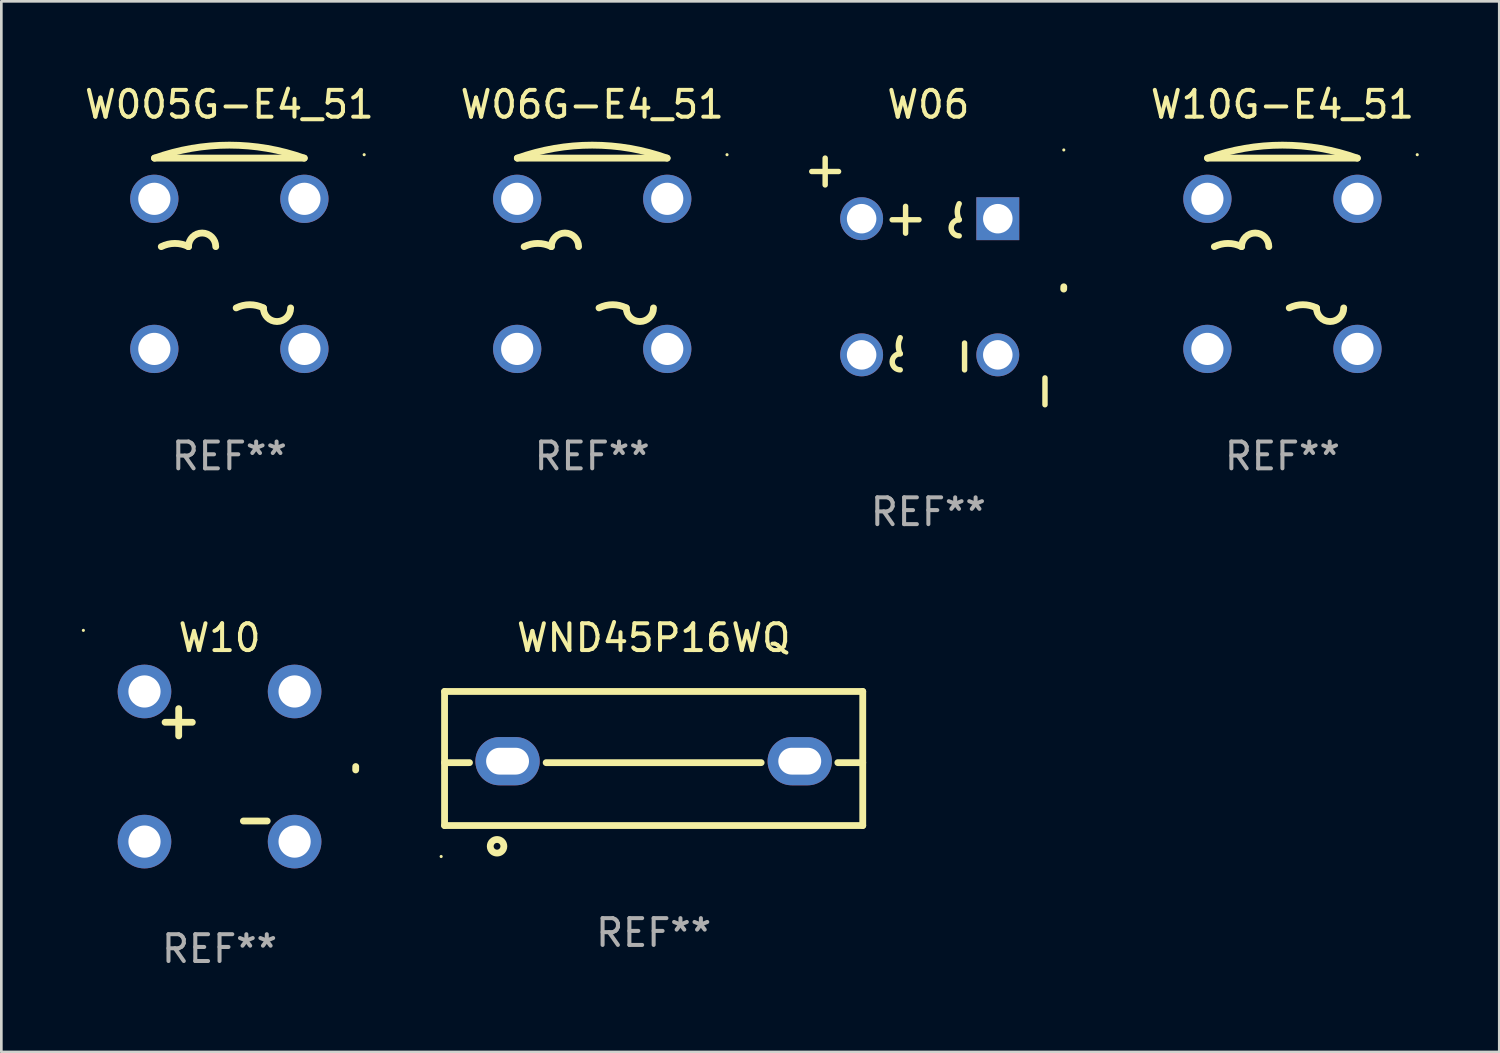
<source format=kicad_pcb>
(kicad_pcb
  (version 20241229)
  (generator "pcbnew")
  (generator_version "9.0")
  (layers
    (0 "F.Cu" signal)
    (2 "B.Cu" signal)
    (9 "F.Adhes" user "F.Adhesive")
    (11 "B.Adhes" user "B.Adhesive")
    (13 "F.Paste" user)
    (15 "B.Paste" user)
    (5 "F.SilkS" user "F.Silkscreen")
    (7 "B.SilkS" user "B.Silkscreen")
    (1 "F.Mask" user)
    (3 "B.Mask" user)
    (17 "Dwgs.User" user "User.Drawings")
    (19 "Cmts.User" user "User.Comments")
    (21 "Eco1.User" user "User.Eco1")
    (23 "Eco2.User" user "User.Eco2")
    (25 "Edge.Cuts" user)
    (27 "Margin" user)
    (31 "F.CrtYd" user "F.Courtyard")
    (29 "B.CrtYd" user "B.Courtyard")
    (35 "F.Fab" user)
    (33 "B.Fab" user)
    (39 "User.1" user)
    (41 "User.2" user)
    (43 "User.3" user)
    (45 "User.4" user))
  (footprint "W06G-E4_51"
    (layer "F.Cu")
    (at 19.042 6.407)
    (property "Reference" "W06G-E4_51" (at 0 -5.559 0) (layer "F.SilkS") (effects (font (size 1 1) (thickness 0.15))))
    (attr through_hole)
    (fp_line (start -2.794 -3.559) (end 2.794 -3.559) (stroke (width 0.254) (type solid)) (layer "F.SilkS"))
    (fp_arc (start -2.794006 -3.558547) (mid 0 -4.042552) (end 2.794006 -3.558547) (stroke (width 0.254001) (type solid)) (layer "F.SilkS"))
    (fp_arc (start -2.540005 -0.256541) (mid -2.032004 -0.376464) (end -1.524002 -0.256541) (stroke (width 0.254001) (type solid)) (layer "F.SilkS"))
    (fp_arc (start -1.524003 -0.256541) (mid -1.016002 -0.764542) (end -0.508001 -0.256541) (stroke (width 0.254001) (type solid)) (layer "F.SilkS"))
    (fp_arc (start 0.254001 2.029464) (mid 0.762002 1.909541) (end 1.270003 2.029464) (stroke (width 0.254001) (type solid)) (layer "F.SilkS"))
    (fp_arc (start 2.286005 2.029464) (mid 1.778004 2.537465) (end 1.270003 2.029464) (stroke (width 0.254001) (type solid)) (layer "F.SilkS"))
    (fp_circle (center 5.029 -3.686) (end 5.059 -3.686) (stroke (width 0.06) (type solid)) (fill no) (layer "F.SilkS"))
    (fp_text user "-" (at -2.032 2.537 0) (layer "B.Mask") (effects (font (size 1 1) (thickness 0.15))))
    (fp_text user "+" (at 0.762 -0.442 0) (layer "B.Mask") (effects (font (size 1 1) (thickness 0.15))))
    (fp_text user "REF**" (at 0 7.559 0) (layer "F.Fab") (effects (font (size 1 1) (thickness 0.15))))
    (pad "1" thru_hole circle (at 2.799 -2.04) (size 1.8 1.8) (drill 1.2) (layers "*.Cu" "*.Mask"))
    (pad "2" thru_hole circle (at 2.799 3.559) (size 1.8 1.8) (drill 1.2) (layers "*.Cu" "*.Mask"))
    (pad "3" thru_hole circle (at -2.799 3.559) (size 1.8 1.8) (drill 1.2) (layers "*.Cu" "*.Mask"))
    (pad "4" thru_hole circle (at -2.799 -2.04) (size 1.8 1.8) (drill 1.2) (layers "*.Cu" "*.Mask")))
  (footprint "W06"
    (layer "F.Cu")
    (at 31.582 7.448)
    (property "Reference" "W06" (at 0 -6.6 0) (layer "F.SilkS") (effects (font (size 1 1) (thickness 0.15))))
    (attr through_hole)
    (fp_line (start -4.35 -4.1) (end -3.35 -4.1) (stroke (width 0.203) (type solid)) (layer "F.SilkS"))
    (fp_line (start -3.85 -3.6) (end -3.85 -4.6) (stroke (width 0.203) (type solid)) (layer "F.SilkS"))
    (fp_line (start -1.35 -2.3) (end -0.35 -2.3) (stroke (width 0.203) (type solid)) (layer "F.SilkS"))
    (fp_line (start -0.85 -1.8) (end -0.85 -2.8) (stroke (width 0.203) (type solid)) (layer "F.SilkS"))
    (fp_line (start 1.35 3.3) (end 1.35 2.3) (stroke (width 0.203) (type solid)) (layer "F.SilkS"))
    (fp_line (start 4.35 4.6) (end 4.35 3.6) (stroke (width 0.203) (type solid)) (layer "F.SilkS"))
    (fp_arc (start -1.049822 2.699364) (mid -1.120547 2.399644) (end -1.049822 2.099924) (stroke (width 0.2032) (type solid)) (layer "F.SilkS"))
    (fp_arc (start -1.049822 3.298806) (mid -1.349263 2.999086) (end -1.049823 2.699366) (stroke (width 0.2032) (type solid)) (layer "F.SilkS"))
    (fp_arc (start 1.149822 -1.699924) (mid 0.850382 -1.999644) (end 1.149823 -2.299364) (stroke (width 0.2032) (type solid)) (layer "F.SilkS"))
    (fp_arc (start 1.149823 -2.299365) (mid 1.079098 -2.599085) (end 1.149822 -2.898806) (stroke (width 0.2032) (type solid)) (layer "F.SilkS"))
    (fp_arc (start 5.04873 0.28636) (mid 5.04981 0.243174) (end 5.05127 0.2) (stroke (width 0.254001) (type solid)) (layer "F.SilkS"))
    (fp_circle (center 5.052 -4.904) (end 5.082 -4.904) (stroke (width 0.06) (type solid)) (fill no) (layer "F.SilkS"))
    (fp_text user "REF**" (at 0 8.6 0) (layer "F.Fab") (effects (font (size 1 1) (thickness 0.15))))
    (pad "1" thru_hole rect (at 2.59 -2.34 270) (size 1.6 1.6) (drill 1.1) (layers "*.Cu" "*.Mask"))
    (pad "2" thru_hole circle (at -2.49 -2.34) (size 1.6 1.6) (drill 1.1) (layers "*.Cu" "*.Mask"))
    (pad "3" thru_hole circle (at -2.49 2.74) (size 1.6 1.6) (drill 1.1) (layers "*.Cu" "*.Mask"))
    (pad "4" thru_hole circle (at 2.59 2.74) (size 1.6 1.6) (drill 1.1) (layers "*.Cu" "*.Mask")))
  (footprint "W10"
    (layer "F.Cu")
    (at 5.14 25.545)
    (property "Reference" "W10" (at 0 -4.8 0) (layer "F.SilkS") (effects (font (size 1 1) (thickness 0.15))))
    (attr through_hole)
    (fp_line (start -2.032 -1.651) (end -1.016 -1.651) (stroke (width 0.254) (type solid)) (layer "F.SilkS"))
    (fp_line (start -1.524 -2.159) (end -1.524 -1.143) (stroke (width 0.254) (type solid)) (layer "F.SilkS"))
    (fp_line (start 0.889 2.032) (end 1.778 2.032) (stroke (width 0.254) (type solid)) (layer "F.SilkS"))
    (fp_arc (start 5.078461 0.126974) (mid 5.078852 0.063495) (end 5.080036 0.000025) (stroke (width 0.254001) (type solid)) (layer "F.SilkS"))
    (fp_circle (center -5.08 -5.08) (end -5.05 -5.08) (stroke (width 0.06) (type solid)) (fill no) (layer "F.SilkS"))
    (fp_text user "REF**" (at 0 6.8 0) (layer "F.Fab") (effects (font (size 1 1) (thickness 0.15))))
    (pad "1" thru_hole circle (at -2.8 -2.8) (size 2 2) (drill 1.2) (layers "*.Cu" "*.Mask"))
    (pad "2" thru_hole circle (at -2.8 2.8) (size 2 2) (drill 1.2) (layers "*.Cu" "*.Mask"))
    (pad "3" thru_hole circle (at 2.8 -2.8) (size 2 2) (drill 1.2) (layers "*.Cu" "*.Mask"))
    (pad "4" thru_hole circle (at 2.8 2.8) (size 2 2) (drill 1.2) (layers "*.Cu" "*.Mask")))
  (footprint "WND45P16WQ"
    (layer "F.Cu")
    (at 21.334 25.245)
    (property "Reference" "WND45P16WQ" (at 0 -4.5 0) (layer "F.SilkS") (effects (font (size 1 1) (thickness 0.15))))
    (attr through_hole)
    (fp_line (start -7.8 -2.5) (end -7.8 2.5) (stroke (width 0.254) (type solid)) (layer "F.SilkS"))
    (fp_line (start -7.8 -2.5) (end 7.8 -2.5) (stroke (width 0.254) (type solid)) (layer "F.SilkS"))
    (fp_line (start -7.8 2.5) (end 7.8 2.5) (stroke (width 0.254) (type solid)) (layer "F.SilkS"))
    (fp_line (start -6.87 0.155) (end -7.8 0.155) (stroke (width 0.254) (type solid)) (layer "F.SilkS"))
    (fp_line (start 4.01 0.155) (end -4.01 0.155) (stroke (width 0.254) (type solid)) (layer "F.SilkS"))
    (fp_line (start 6.87 0.155) (end 7.8 0.155) (stroke (width 0.254) (type solid)) (layer "F.SilkS"))
    (fp_line (start 7.8 -2.5) (end 7.8 2.5) (stroke (width 0.254) (type solid)) (layer "F.SilkS"))
    (fp_circle (center -7.927 3.656) (end -7.897 3.656) (stroke (width 0.06) (type solid)) (fill no) (layer "F.SilkS"))
    (fp_circle (center -5.842 3.275) (end -5.588 3.275) (stroke (width 0.254) (type solid)) (fill no) (layer "F.SilkS"))
    (fp_text user "REF**" (at 0 6.5 0) (layer "F.Fab") (effects (font (size 1 1) (thickness 0.15))))
    (pad "1" thru_hole oval (at -5.45 0.1) (size 2.4 1.8) (drill oval 1.6 1) (layers "*.Cu" "*.Mask"))
    (pad "2" thru_hole oval (at 5.45 0.1) (size 2.4 1.8) (drill oval 1.6 1) (layers "*.Cu" "*.Mask")))
  (footprint "W005G-E4_51"
    (layer "F.Cu")
    (at 5.506 6.407)
    (property "Reference" "W005G-E4_51" (at 0 -5.559 0) (layer "F.SilkS") (effects (font (size 1 1) (thickness 0.15))))
    (attr through_hole)
    (fp_line (start -2.794 -3.559) (end 2.794 -3.559) (stroke (width 0.254) (type solid)) (layer "F.SilkS"))
    (fp_arc (start -2.794006 -3.558547) (mid 0 -4.042552) (end 2.794006 -3.558547) (stroke (width 0.254001) (type solid)) (layer "F.SilkS"))
    (fp_arc (start -2.540005 -0.256541) (mid -2.032004 -0.376464) (end -1.524002 -0.256541) (stroke (width 0.254001) (type solid)) (layer "F.SilkS"))
    (fp_arc (start -1.524003 -0.256541) (mid -1.016002 -0.764542) (end -0.508001 -0.256541) (stroke (width 0.254001) (type solid)) (layer "F.SilkS"))
    (fp_arc (start 0.254001 2.029464) (mid 0.762002 1.909541) (end 1.270003 2.029464) (stroke (width 0.254001) (type solid)) (layer "F.SilkS"))
    (fp_arc (start 2.286005 2.029464) (mid 1.778004 2.537465) (end 1.270003 2.029464) (stroke (width 0.254001) (type solid)) (layer "F.SilkS"))
    (fp_circle (center 5.029 -3.686) (end 5.059 -3.686) (stroke (width 0.06) (type solid)) (fill no) (layer "F.SilkS"))
    (fp_text user "-" (at -2.032 2.537 0) (layer "B.Mask") (effects (font (size 1 1) (thickness 0.15))))
    (fp_text user "+" (at 0.762 -0.442 0) (layer "B.Mask") (effects (font (size 1 1) (thickness 0.15))))
    (fp_text user "REF**" (at 0 7.559 0) (layer "F.Fab") (effects (font (size 1 1) (thickness 0.15))))
    (pad "1" thru_hole circle (at 2.799 -2.04) (size 1.8 1.8) (drill 1.2) (layers "*.Cu" "*.Mask"))
    (pad "2" thru_hole circle (at 2.799 3.559) (size 1.8 1.8) (drill 1.2) (layers "*.Cu" "*.Mask"))
    (pad "3" thru_hole circle (at -2.799 3.559) (size 1.8 1.8) (drill 1.2) (layers "*.Cu" "*.Mask"))
    (pad "4" thru_hole circle (at -2.799 -2.04) (size 1.8 1.8) (drill 1.2) (layers "*.Cu" "*.Mask")))
  (footprint "W10G-E4_51"
    (layer "F.Cu")
    (at 44.79 6.407)
    (property "Reference" "W10G-E4_51" (at 0 -5.559 0) (layer "F.SilkS") (effects (font (size 1 1) (thickness 0.15))))
    (attr through_hole)
    (fp_line (start -2.794 -3.559) (end 2.794 -3.559) (stroke (width 0.254) (type solid)) (layer "F.SilkS"))
    (fp_arc (start -2.794006 -3.558547) (mid 0 -4.042552) (end 2.794006 -3.558547) (stroke (width 0.254001) (type solid)) (layer "F.SilkS"))
    (fp_arc (start -2.540005 -0.256541) (mid -2.032004 -0.376464) (end -1.524002 -0.256541) (stroke (width 0.254001) (type solid)) (layer "F.SilkS"))
    (fp_arc (start -1.524003 -0.256541) (mid -1.016002 -0.764542) (end -0.508001 -0.256541) (stroke (width 0.254001) (type solid)) (layer "F.SilkS"))
    (fp_arc (start 0.254001 2.029464) (mid 0.762002 1.909541) (end 1.270003 2.029464) (stroke (width 0.254001) (type solid)) (layer "F.SilkS"))
    (fp_arc (start 2.286005 2.029464) (mid 1.778004 2.537465) (end 1.270003 2.029464) (stroke (width 0.254001) (type solid)) (layer "F.SilkS"))
    (fp_circle (center 5.029 -3.686) (end 5.059 -3.686) (stroke (width 0.06) (type solid)) (fill no) (layer "F.SilkS"))
    (fp_text user "+" (at 0.762 -0.442 0) (layer "B.Mask") (effects (font (size 1 1) (thickness 0.15))))
    (fp_text user "-" (at -2.032 2.537 0) (layer "B.Mask") (effects (font (size 1 1) (thickness 0.15))))
    (fp_text user "REF**" (at 0 7.559 0) (layer "F.Fab") (effects (font (size 1 1) (thickness 0.15))))
    (pad "1" thru_hole circle (at 2.799 -2.04) (size 1.8 1.8) (drill 1.2) (layers "*.Cu" "*.Mask"))
    (pad "2" thru_hole circle (at 2.799 3.559) (size 1.8 1.8) (drill 1.2) (layers "*.Cu" "*.Mask"))
    (pad "3" thru_hole circle (at -2.799 3.559) (size 1.8 1.8) (drill 1.2) (layers "*.Cu" "*.Mask"))
    (pad "4" thru_hole circle (at -2.799 -2.04) (size 1.8 1.8) (drill 1.2) (layers "*.Cu" "*.Mask")))
  (gr_rect
    (start -3 -3)
    (end 52.879 36.193)
    (stroke (width 0.1) (type default))
    (fill no)
    (layer "Edge.Cuts")))
</source>
